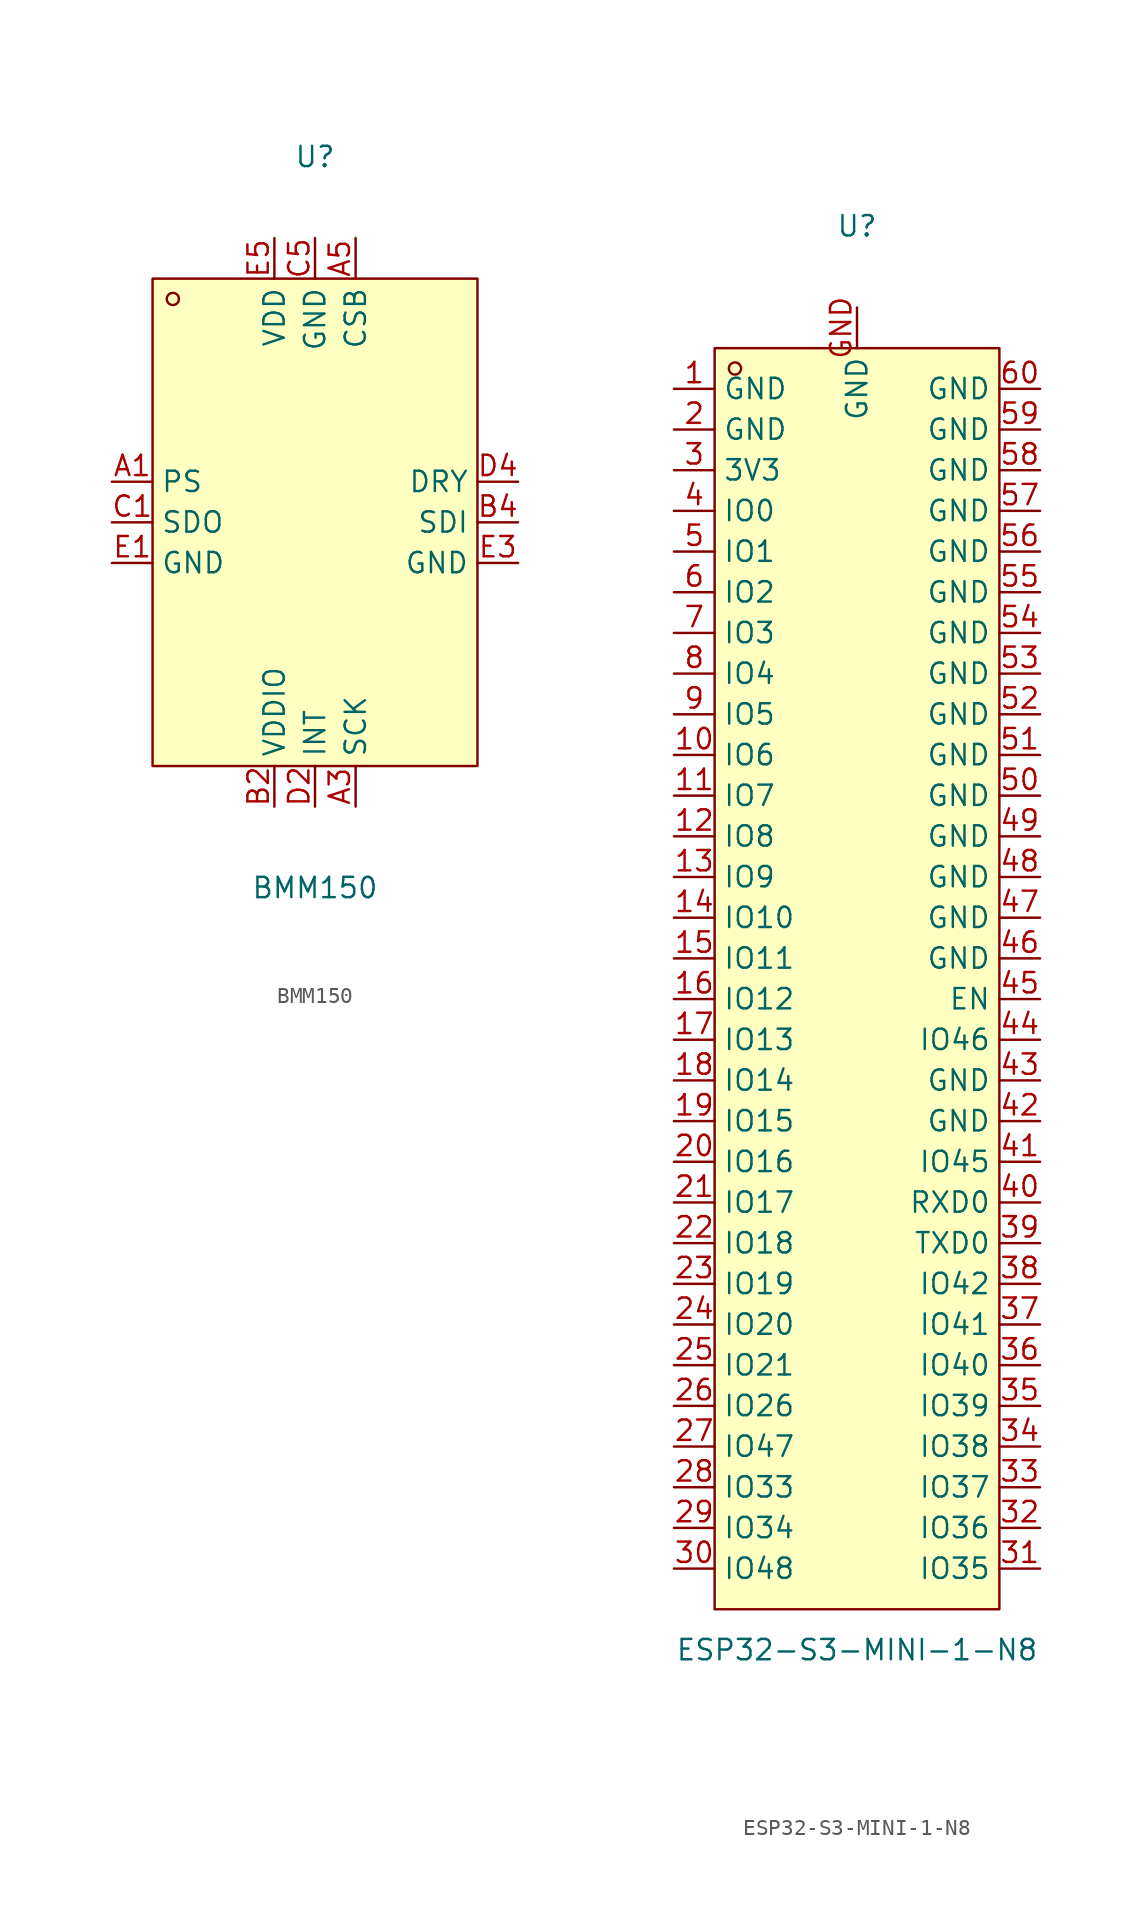
<source format=kicad_sym>
(kicad_symbol_lib
  (version 20211014)
  (generator https://github.com/uPesy/easyeda2kicad.py)
  (symbol "BMM150"
    (property "Reference" "U"
      (at 0 22.86 0)
      (effects (font (size 1.27 1.27))))
    (property "Value" "BMM150"
      (at 0 -22.86 0)
      (effects (font (size 1.27 1.27))))
    (symbol "BMM150_0_1"
      (rectangle (start -10.16 15.24) (end 10.16 -15.24) (stroke (width 0) (type default) (color 0 0 0 0)) (fill (type background)))
      (circle (center -8.89 13.97) (radius 0.38) (stroke (width 0) (type default) (color 0 0 0 0)) (fill (type none)))
      (pin unspecified line (at -12.70 2.54 0) (length 2.54) (name "PS" (effects (font (size 1.27 1.27)))) (number "A1" (effects (font (size 1.27 1.27)))))
      (pin unspecified line (at -12.70 -0.00 0) (length 2.54) (name "SDO" (effects (font (size 1.27 1.27)))) (number "C1" (effects (font (size 1.27 1.27)))))
      (pin unspecified line (at -12.70 -2.54 0) (length 2.54) (name "GND" (effects (font (size 1.27 1.27)))) (number "E1" (effects (font (size 1.27 1.27)))))
      (pin unspecified line (at -2.54 -17.78 90) (length 2.54) (name "VDDIO" (effects (font (size 1.27 1.27)))) (number "B2" (effects (font (size 1.27 1.27)))))
      (pin unspecified line (at 0.00 -17.78 90) (length 2.54) (name "INT" (effects (font (size 1.27 1.27)))) (number "D2" (effects (font (size 1.27 1.27)))))
      (pin unspecified line (at 2.54 -17.78 90) (length 2.54) (name "SCK" (effects (font (size 1.27 1.27)))) (number "A3" (effects (font (size 1.27 1.27)))))
      (pin unspecified line (at 12.70 -2.54 180) (length 2.54) (name "GND" (effects (font (size 1.27 1.27)))) (number "E3" (effects (font (size 1.27 1.27)))))
      (pin unspecified line (at 12.70 -0.00 180) (length 2.54) (name "SDI" (effects (font (size 1.27 1.27)))) (number "B4" (effects (font (size 1.27 1.27)))))
      (pin unspecified line (at 12.70 2.54 180) (length 2.54) (name "DRY" (effects (font (size 1.27 1.27)))) (number "D4" (effects (font (size 1.27 1.27)))))
      (pin unspecified line (at 2.54 17.78 270) (length 2.54) (name "CSB" (effects (font (size 1.27 1.27)))) (number "A5" (effects (font (size 1.27 1.27)))))
      (pin unspecified line (at 0.00 17.78 270) (length 2.54) (name "GND" (effects (font (size 1.27 1.27)))) (number "C5" (effects (font (size 1.27 1.27)))))
      (pin unspecified line (at -2.54 17.78 270) (length 2.54) (name "VDD" (effects (font (size 1.27 1.27)))) (number "E5" (effects (font (size 1.27 1.27)))))))
  (symbol "ESP32-S3-MINI-1-N8"
    (property "Reference" "U"
      (at 0 46.99 0)
      (effects (font (size 1.27 1.27))))
    (property "Value" "ESP32-S3-MINI-1-N8"
      (at 0 -41.91 0)
      (effects (font (size 1.27 1.27))))
    (symbol "ESP32-S3-MINI-1-N8_0_1"
      (rectangle (start -8.89 39.37) (end 8.89 -39.37) (stroke (width 0) (type default) (color 0 0 0 0)) (fill (type background)))
      (circle (center -7.62 38.10) (radius 0.38) (stroke (width 0) (type default) (color 0 0 0 0)) (fill (type none)))
      (pin unspecified line (at -11.43 36.83 0) (length 2.54) (name "GND" (effects (font (size 1.27 1.27)))) (number "1" (effects (font (size 1.27 1.27)))))
      (pin unspecified line (at -11.43 34.29 0) (length 2.54) (name "GND" (effects (font (size 1.27 1.27)))) (number "2" (effects (font (size 1.27 1.27)))))
      (pin unspecified line (at -11.43 31.75 0) (length 2.54) (name "3V3" (effects (font (size 1.27 1.27)))) (number "3" (effects (font (size 1.27 1.27)))))
      (pin unspecified line (at -11.43 29.21 0) (length 2.54) (name "IO0" (effects (font (size 1.27 1.27)))) (number "4" (effects (font (size 1.27 1.27)))))
      (pin unspecified line (at -11.43 26.67 0) (length 2.54) (name "IO1" (effects (font (size 1.27 1.27)))) (number "5" (effects (font (size 1.27 1.27)))))
      (pin unspecified line (at -11.43 24.13 0) (length 2.54) (name "IO2" (effects (font (size 1.27 1.27)))) (number "6" (effects (font (size 1.27 1.27)))))
      (pin unspecified line (at -11.43 21.59 0) (length 2.54) (name "IO3" (effects (font (size 1.27 1.27)))) (number "7" (effects (font (size 1.27 1.27)))))
      (pin unspecified line (at -11.43 19.05 0) (length 2.54) (name "IO4" (effects (font (size 1.27 1.27)))) (number "8" (effects (font (size 1.27 1.27)))))
      (pin unspecified line (at -11.43 16.51 0) (length 2.54) (name "IO5" (effects (font (size 1.27 1.27)))) (number "9" (effects (font (size 1.27 1.27)))))
      (pin unspecified line (at -11.43 13.97 0) (length 2.54) (name "IO6" (effects (font (size 1.27 1.27)))) (number "10" (effects (font (size 1.27 1.27)))))
      (pin unspecified line (at -11.43 11.43 0) (length 2.54) (name "IO7" (effects (font (size 1.27 1.27)))) (number "11" (effects (font (size 1.27 1.27)))))
      (pin unspecified line (at -11.43 8.89 0) (length 2.54) (name "IO8" (effects (font (size 1.27 1.27)))) (number "12" (effects (font (size 1.27 1.27)))))
      (pin unspecified line (at -11.43 6.35 0) (length 2.54) (name "IO9" (effects (font (size 1.27 1.27)))) (number "13" (effects (font (size 1.27 1.27)))))
      (pin unspecified line (at -11.43 3.81 0) (length 2.54) (name "IO10" (effects (font (size 1.27 1.27)))) (number "14" (effects (font (size 1.27 1.27)))))
      (pin unspecified line (at -11.43 1.27 0) (length 2.54) (name "IO11" (effects (font (size 1.27 1.27)))) (number "15" (effects (font (size 1.27 1.27)))))
      (pin unspecified line (at -11.43 -1.27 0) (length 2.54) (name "IO12" (effects (font (size 1.27 1.27)))) (number "16" (effects (font (size 1.27 1.27)))))
      (pin unspecified line (at -11.43 -3.81 0) (length 2.54) (name "IO13" (effects (font (size 1.27 1.27)))) (number "17" (effects (font (size 1.27 1.27)))))
      (pin unspecified line (at -11.43 -6.35 0) (length 2.54) (name "IO14" (effects (font (size 1.27 1.27)))) (number "18" (effects (font (size 1.27 1.27)))))
      (pin unspecified line (at -11.43 -8.89 0) (length 2.54) (name "IO15" (effects (font (size 1.27 1.27)))) (number "19" (effects (font (size 1.27 1.27)))))
      (pin unspecified line (at -11.43 -11.43 0) (length 2.54) (name "IO16" (effects (font (size 1.27 1.27)))) (number "20" (effects (font (size 1.27 1.27)))))
      (pin unspecified line (at -11.43 -13.97 0) (length 2.54) (name "IO17" (effects (font (size 1.27 1.27)))) (number "21" (effects (font (size 1.27 1.27)))))
      (pin unspecified line (at -11.43 -16.51 0) (length 2.54) (name "IO18" (effects (font (size 1.27 1.27)))) (number "22" (effects (font (size 1.27 1.27)))))
      (pin unspecified line (at -11.43 -19.05 0) (length 2.54) (name "IO19" (effects (font (size 1.27 1.27)))) (number "23" (effects (font (size 1.27 1.27)))))
      (pin unspecified line (at -11.43 -21.59 0) (length 2.54) (name "IO20" (effects (font (size 1.27 1.27)))) (number "24" (effects (font (size 1.27 1.27)))))
      (pin unspecified line (at -11.43 -24.13 0) (length 2.54) (name "IO21" (effects (font (size 1.27 1.27)))) (number "25" (effects (font (size 1.27 1.27)))))
      (pin unspecified line (at -11.43 -26.67 0) (length 2.54) (name "IO26" (effects (font (size 1.27 1.27)))) (number "26" (effects (font (size 1.27 1.27)))))
      (pin unspecified line (at -11.43 -29.21 0) (length 2.54) (name "IO47" (effects (font (size 1.27 1.27)))) (number "27" (effects (font (size 1.27 1.27)))))
      (pin unspecified line (at -11.43 -31.75 0) (length 2.54) (name "IO33" (effects (font (size 1.27 1.27)))) (number "28" (effects (font (size 1.27 1.27)))))
      (pin unspecified line (at -11.43 -34.29 0) (length 2.54) (name "IO34" (effects (font (size 1.27 1.27)))) (number "29" (effects (font (size 1.27 1.27)))))
      (pin unspecified line (at -11.43 -36.83 0) (length 2.54) (name "IO48" (effects (font (size 1.27 1.27)))) (number "30" (effects (font (size 1.27 1.27)))))
      (pin unspecified line (at 11.43 -36.83 180) (length 2.54) (name "IO35" (effects (font (size 1.27 1.27)))) (number "31" (effects (font (size 1.27 1.27)))))
      (pin unspecified line (at 11.43 -34.29 180) (length 2.54) (name "IO36" (effects (font (size 1.27 1.27)))) (number "32" (effects (font (size 1.27 1.27)))))
      (pin unspecified line (at 11.43 -31.75 180) (length 2.54) (name "IO37" (effects (font (size 1.27 1.27)))) (number "33" (effects (font (size 1.27 1.27)))))
      (pin unspecified line (at 11.43 -29.21 180) (length 2.54) (name "IO38" (effects (font (size 1.27 1.27)))) (number "34" (effects (font (size 1.27 1.27)))))
      (pin unspecified line (at 11.43 -26.67 180) (length 2.54) (name "IO39" (effects (font (size 1.27 1.27)))) (number "35" (effects (font (size 1.27 1.27)))))
      (pin unspecified line (at 11.43 -24.13 180) (length 2.54) (name "IO40" (effects (font (size 1.27 1.27)))) (number "36" (effects (font (size 1.27 1.27)))))
      (pin unspecified line (at 11.43 -21.59 180) (length 2.54) (name "IO41" (effects (font (size 1.27 1.27)))) (number "37" (effects (font (size 1.27 1.27)))))
      (pin unspecified line (at 11.43 -19.05 180) (length 2.54) (name "IO42" (effects (font (size 1.27 1.27)))) (number "38" (effects (font (size 1.27 1.27)))))
      (pin unspecified line (at 11.43 -16.51 180) (length 2.54) (name "TXD0" (effects (font (size 1.27 1.27)))) (number "39" (effects (font (size 1.27 1.27)))))
      (pin unspecified line (at 11.43 -13.97 180) (length 2.54) (name "RXD0" (effects (font (size 1.27 1.27)))) (number "40" (effects (font (size 1.27 1.27)))))
      (pin unspecified line (at 11.43 -11.43 180) (length 2.54) (name "IO45" (effects (font (size 1.27 1.27)))) (number "41" (effects (font (size 1.27 1.27)))))
      (pin unspecified line (at 11.43 -8.89 180) (length 2.54) (name "GND" (effects (font (size 1.27 1.27)))) (number "42" (effects (font (size 1.27 1.27)))))
      (pin unspecified line (at 11.43 -6.35 180) (length 2.54) (name "GND" (effects (font (size 1.27 1.27)))) (number "43" (effects (font (size 1.27 1.27)))))
      (pin unspecified line (at 11.43 -3.81 180) (length 2.54) (name "IO46" (effects (font (size 1.27 1.27)))) (number "44" (effects (font (size 1.27 1.27)))))
      (pin unspecified line (at 11.43 -1.27 180) (length 2.54) (name "EN" (effects (font (size 1.27 1.27)))) (number "45" (effects (font (size 1.27 1.27)))))
      (pin unspecified line (at 11.43 1.27 180) (length 2.54) (name "GND" (effects (font (size 1.27 1.27)))) (number "46" (effects (font (size 1.27 1.27)))))
      (pin unspecified line (at 11.43 3.81 180) (length 2.54) (name "GND" (effects (font (size 1.27 1.27)))) (number "47" (effects (font (size 1.27 1.27)))))
      (pin unspecified line (at 11.43 6.35 180) (length 2.54) (name "GND" (effects (font (size 1.27 1.27)))) (number "48" (effects (font (size 1.27 1.27)))))
      (pin unspecified line (at 11.43 8.89 180) (length 2.54) (name "GND" (effects (font (size 1.27 1.27)))) (number "49" (effects (font (size 1.27 1.27)))))
      (pin unspecified line (at 11.43 11.43 180) (length 2.54) (name "GND" (effects (font (size 1.27 1.27)))) (number "50" (effects (font (size 1.27 1.27)))))
      (pin unspecified line (at 11.43 13.97 180) (length 2.54) (name "GND" (effects (font (size 1.27 1.27)))) (number "51" (effects (font (size 1.27 1.27)))))
      (pin unspecified line (at 11.43 16.51 180) (length 2.54) (name "GND" (effects (font (size 1.27 1.27)))) (number "52" (effects (font (size 1.27 1.27)))))
      (pin unspecified line (at 11.43 19.05 180) (length 2.54) (name "GND" (effects (font (size 1.27 1.27)))) (number "53" (effects (font (size 1.27 1.27)))))
      (pin unspecified line (at 11.43 21.59 180) (length 2.54) (name "GND" (effects (font (size 1.27 1.27)))) (number "54" (effects (font (size 1.27 1.27)))))
      (pin unspecified line (at 11.43 24.13 180) (length 2.54) (name "GND" (effects (font (size 1.27 1.27)))) (number "55" (effects (font (size 1.27 1.27)))))
      (pin unspecified line (at 11.43 26.67 180) (length 2.54) (name "GND" (effects (font (size 1.27 1.27)))) (number "56" (effects (font (size 1.27 1.27)))))
      (pin unspecified line (at 11.43 29.21 180) (length 2.54) (name "GND" (effects (font (size 1.27 1.27)))) (number "57" (effects (font (size 1.27 1.27)))))
      (pin unspecified line (at 11.43 31.75 180) (length 2.54) (name "GND" (effects (font (size 1.27 1.27)))) (number "58" (effects (font (size 1.27 1.27)))))
      (pin unspecified line (at 11.43 34.29 180) (length 2.54) (name "GND" (effects (font (size 1.27 1.27)))) (number "59" (effects (font (size 1.27 1.27)))))
      (pin unspecified line (at 11.43 36.83 180) (length 2.54) (name "GND" (effects (font (size 1.27 1.27)))) (number "60" (effects (font (size 1.27 1.27)))))
      (pin unspecified line (at 0.00 41.91 270) (length 2.54) (name "GND" (effects (font (size 1.27 1.27)))) (number "GND" (effects (font (size 1.27 1.27))))))))
</source>
